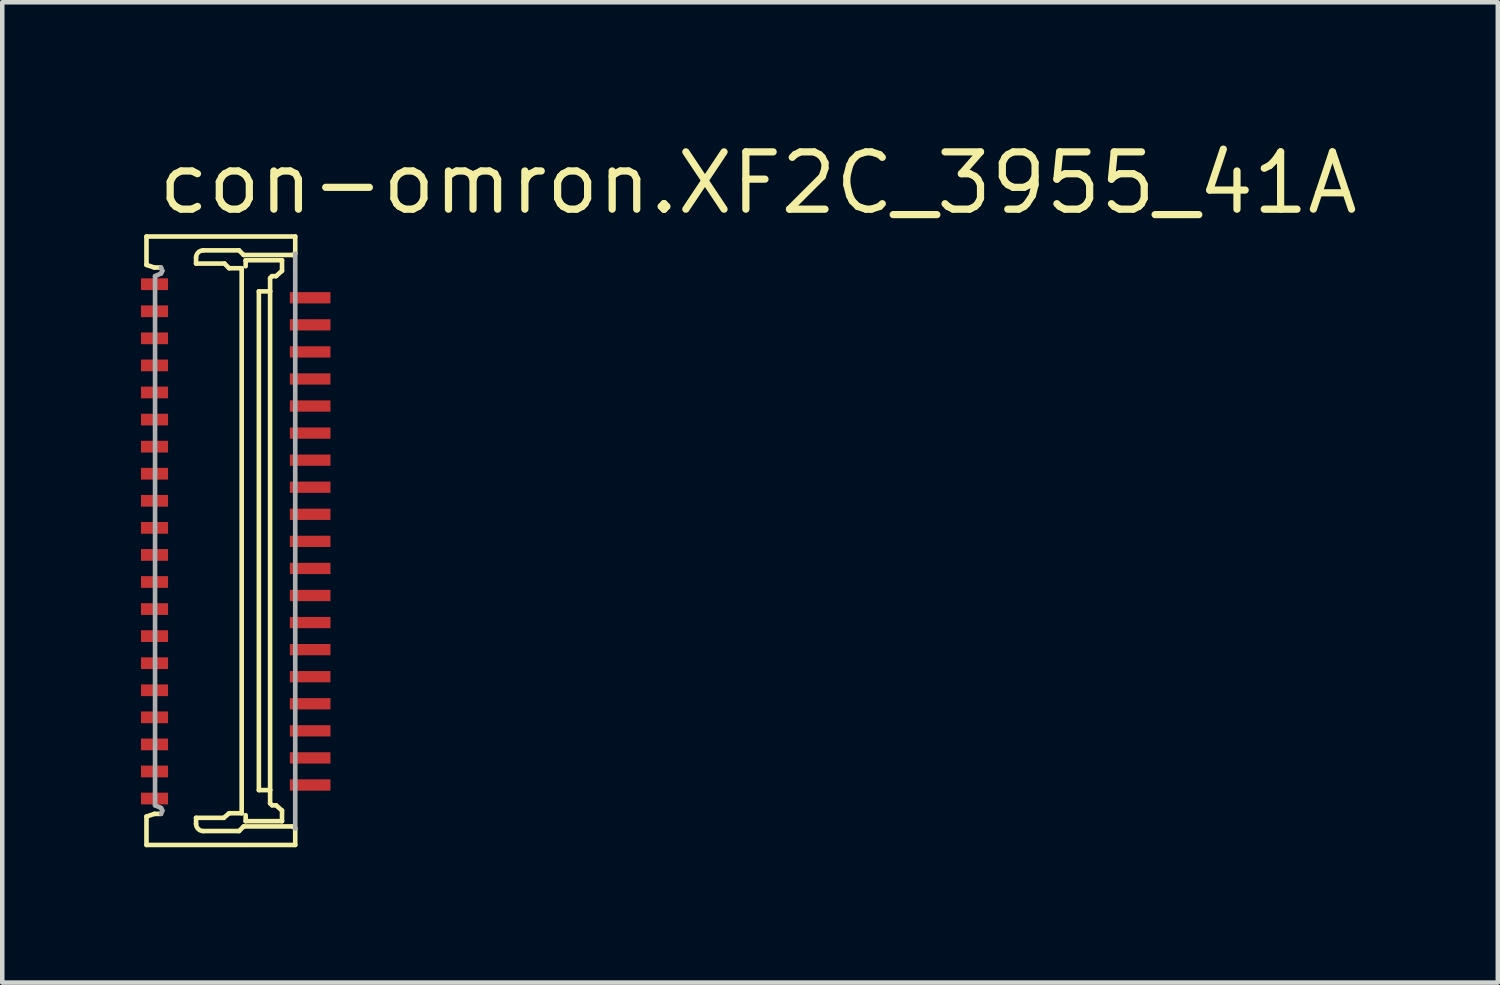
<source format=kicad_pcb>
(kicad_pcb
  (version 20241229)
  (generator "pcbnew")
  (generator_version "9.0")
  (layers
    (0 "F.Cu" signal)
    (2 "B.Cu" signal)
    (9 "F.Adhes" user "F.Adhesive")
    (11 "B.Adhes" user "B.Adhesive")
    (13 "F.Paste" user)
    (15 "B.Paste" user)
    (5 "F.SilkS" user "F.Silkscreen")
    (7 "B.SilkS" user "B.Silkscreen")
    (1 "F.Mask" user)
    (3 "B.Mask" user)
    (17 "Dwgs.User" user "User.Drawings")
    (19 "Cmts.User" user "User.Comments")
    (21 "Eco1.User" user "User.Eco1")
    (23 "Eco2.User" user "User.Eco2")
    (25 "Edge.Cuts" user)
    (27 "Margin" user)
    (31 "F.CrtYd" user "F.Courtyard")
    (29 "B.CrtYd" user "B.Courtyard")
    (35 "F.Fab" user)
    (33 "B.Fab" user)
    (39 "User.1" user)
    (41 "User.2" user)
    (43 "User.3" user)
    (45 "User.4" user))
  (footprint "con-omron.XF2C_3955_41A"
    (layer "F.Cu")
    (at 2.175 8.95)
    (property "Reference" "con-omron.XF2C_3955_41A" (at -1.8 -7.2 0) (layer "F.SilkS") (effects (font (size 1.27 1.27) (thickness 0.16)) (justify left bottom)))
    (attr smd)
    (fp_rect (start -2.15 -5.525) (end -1.45 -5.875) (stroke (width 0.05) (type default)) (fill yes) (layer "F.Mask"))
    (fp_rect (start -2.15 -4.925) (end -1.45 -5.275) (stroke (width 0.05) (type default)) (fill yes) (layer "F.Mask"))
    (fp_rect (start -2.15 -4.325) (end -1.45 -4.675) (stroke (width 0.05) (type default)) (fill yes) (layer "F.Mask"))
    (fp_rect (start -2.15 -3.725) (end -1.45 -4.075) (stroke (width 0.05) (type default)) (fill yes) (layer "F.Mask"))
    (fp_rect (start -2.15 -3.125) (end -1.45 -3.475) (stroke (width 0.05) (type default)) (fill yes) (layer "F.Mask"))
    (fp_rect (start -2.15 -2.525) (end -1.45 -2.875) (stroke (width 0.05) (type default)) (fill yes) (layer "F.Mask"))
    (fp_rect (start -2.15 -1.925) (end -1.45 -2.275) (stroke (width 0.05) (type default)) (fill yes) (layer "F.Mask"))
    (fp_rect (start -2.15 -1.325) (end -1.45 -1.675) (stroke (width 0.05) (type default)) (fill yes) (layer "F.Mask"))
    (fp_rect (start -2.15 -0.725) (end -1.45 -1.075) (stroke (width 0.05) (type default)) (fill yes) (layer "F.Mask"))
    (fp_rect (start -2.15 -0.125) (end -1.45 -0.475) (stroke (width 0.05) (type default)) (fill yes) (layer "F.Mask"))
    (fp_rect (start -2.15 0.475) (end -1.45 0.125) (stroke (width 0.05) (type default)) (fill yes) (layer "F.Mask"))
    (fp_rect (start -2.15 1.075) (end -1.45 0.725) (stroke (width 0.05) (type default)) (fill yes) (layer "F.Mask"))
    (fp_rect (start -2.15 1.675) (end -1.45 1.325) (stroke (width 0.05) (type default)) (fill yes) (layer "F.Mask"))
    (fp_rect (start -2.15 2.275) (end -1.45 1.925) (stroke (width 0.05) (type default)) (fill yes) (layer "F.Mask"))
    (fp_rect (start -2.15 2.875) (end -1.45 2.525) (stroke (width 0.05) (type default)) (fill yes) (layer "F.Mask"))
    (fp_rect (start -2.15 3.475) (end -1.45 3.125) (stroke (width 0.05) (type default)) (fill yes) (layer "F.Mask"))
    (fp_rect (start -2.15 4.075) (end -1.45 3.725) (stroke (width 0.05) (type default)) (fill yes) (layer "F.Mask"))
    (fp_rect (start -2.15 4.675) (end -1.45 4.325) (stroke (width 0.05) (type default)) (fill yes) (layer "F.Mask"))
    (fp_rect (start -2.15 5.275) (end -1.45 4.925) (stroke (width 0.05) (type default)) (fill yes) (layer "F.Mask"))
    (fp_rect (start -2.15 5.875) (end -1.45 5.525) (stroke (width 0.05) (type default)) (fill yes) (layer "F.Mask"))
    (fp_rect (start 1.15 -5.225) (end 2.15 -5.575) (stroke (width 0.05) (type default)) (fill yes) (layer "F.Mask"))
    (fp_rect (start 1.15 -4.625) (end 2.15 -4.975) (stroke (width 0.05) (type default)) (fill yes) (layer "F.Mask"))
    (fp_rect (start 1.15 -4.025) (end 2.15 -4.375) (stroke (width 0.05) (type default)) (fill yes) (layer "F.Mask"))
    (fp_rect (start 1.15 -3.425) (end 2.15 -3.775) (stroke (width 0.05) (type default)) (fill yes) (layer "F.Mask"))
    (fp_rect (start 1.15 -2.825) (end 2.15 -3.175) (stroke (width 0.05) (type default)) (fill yes) (layer "F.Mask"))
    (fp_rect (start 1.15 -2.225) (end 2.15 -2.575) (stroke (width 0.05) (type default)) (fill yes) (layer "F.Mask"))
    (fp_rect (start 1.15 -1.625) (end 2.15 -1.975) (stroke (width 0.05) (type default)) (fill yes) (layer "F.Mask"))
    (fp_rect (start 1.15 -1.025) (end 2.15 -1.375) (stroke (width 0.05) (type default)) (fill yes) (layer "F.Mask"))
    (fp_rect (start 1.15 -0.425) (end 2.15 -0.775) (stroke (width 0.05) (type default)) (fill yes) (layer "F.Mask"))
    (fp_rect (start 1.15 0.175) (end 2.15 -0.175) (stroke (width 0.05) (type default)) (fill yes) (layer "F.Mask"))
    (fp_rect (start 1.15 0.775) (end 2.15 0.425) (stroke (width 0.05) (type default)) (fill yes) (layer "F.Mask"))
    (fp_rect (start 1.15 1.375) (end 2.15 1.025) (stroke (width 0.05) (type default)) (fill yes) (layer "F.Mask"))
    (fp_rect (start 1.15 1.975) (end 2.15 1.625) (stroke (width 0.05) (type default)) (fill yes) (layer "F.Mask"))
    (fp_rect (start 1.15 2.575) (end 2.15 2.225) (stroke (width 0.05) (type default)) (fill yes) (layer "F.Mask"))
    (fp_rect (start 1.15 3.175) (end 2.15 2.825) (stroke (width 0.05) (type default)) (fill yes) (layer "F.Mask"))
    (fp_rect (start 1.15 3.775) (end 2.15 3.425) (stroke (width 0.05) (type default)) (fill yes) (layer "F.Mask"))
    (fp_rect (start 1.15 4.375) (end 2.15 4.025) (stroke (width 0.05) (type default)) (fill yes) (layer "F.Mask"))
    (fp_rect (start 1.15 4.975) (end 2.15 4.625) (stroke (width 0.05) (type default)) (fill yes) (layer "F.Mask"))
    (fp_rect (start 1.15 5.575) (end 2.15 5.225) (stroke (width 0.05) (type default)) (fill yes) (layer "F.Mask"))
    (fp_line (start -1.978 -6.758) (end 1.319 -6.758) (stroke (width 0.102) (type default)) (layer "F.SilkS"))
    (fp_line (start -1.978 -6.128) (end -1.978 -6.758) (stroke (width 0.102) (type default)) (layer "F.SilkS"))
    (fp_line (start -1.978 6.099) (end -1.803 6.04) (stroke (width 0.102) (type default)) (layer "F.SilkS"))
    (fp_line (start -1.978 6.729) (end -1.978 6.099) (stroke (width 0.102) (type default)) (layer "F.SilkS"))
    (fp_line (start -1.803 -6.07) (end -1.978 -6.128) (stroke (width 0.102) (type default)) (layer "F.SilkS"))
    (fp_line (start -1.803 6.04) (end -1.656 6.04) (stroke (width 0.102) (type default)) (layer "F.SilkS"))
    (fp_line (start -1.656 -6.07) (end -1.803 -6.07) (stroke (width 0.102) (type default)) (layer "F.SilkS"))
    (fp_line (start -0.879 -6.29) (end -0.879 -6.158) (stroke (width 0.102) (type default)) (layer "F.SilkS"))
    (fp_line (start -0.879 -6.158) (end -0.249 -6.158) (stroke (width 0.102) (type default)) (layer "F.SilkS"))
    (fp_line (start -0.879 6.128) (end -0.879 6.26) (stroke (width 0.102) (type default)) (layer "F.SilkS"))
    (fp_line (start -0.718 6.421) (end 0.073 6.421) (stroke (width 0.102) (type default)) (layer "F.SilkS"))
    (fp_line (start -0.264 6.128) (end -0.879 6.128) (stroke (width 0.102) (type default)) (layer "F.SilkS"))
    (fp_line (start -0.249 -6.158) (end -0.146 -6.055) (stroke (width 0.102) (type default)) (layer "F.SilkS"))
    (fp_line (start -0.147 6.026) (end -0.264 6.128) (stroke (width 0.102) (type default)) (layer "F.SilkS"))
    (fp_line (start -0.146 -6.055) (end 0.132 -6.055) (stroke (width 0.102) (type default)) (layer "F.SilkS"))
    (fp_line (start 0.073 6.421) (end 0.176 6.319) (stroke (width 0.102) (type default)) (layer "F.SilkS"))
    (fp_line (start 0.073 -6.451) (end -0.718 -6.451) (stroke (width 0.102) (type default)) (layer "F.SilkS"))
    (fp_line (start 0.132 -6.055) (end 0.132 6.026) (stroke (width 0.102) (type default)) (layer "F.SilkS"))
    (fp_line (start 0.132 6.026) (end -0.147 6.026) (stroke (width 0.102) (type default)) (layer "F.SilkS"))
    (fp_line (start 0.176 -6.348) (end 0.073 -6.451) (stroke (width 0.102) (type default)) (layer "F.SilkS"))
    (fp_line (start 0.176 6.319) (end 1.26 6.319) (stroke (width 0.102) (type default)) (layer "F.SilkS"))
    (fp_line (start 0.22 -6.231) (end 0.22 -6.099) (stroke (width 0.102) (type default)) (layer "F.SilkS"))
    (fp_line (start 0.22 6.202) (end 0.22 6.07) (stroke (width 0.102) (type default)) (layer "F.SilkS"))
    (fp_line (start 0.513 -5.542) (end 0.762 -5.542) (stroke (width 0.102) (type default)) (layer "F.SilkS"))
    (fp_line (start 0.513 5.513) (end 0.513 -5.542) (stroke (width 0.102) (type default)) (layer "F.SilkS"))
    (fp_line (start 0.762 -5.835) (end 0.806 -5.879) (stroke (width 0.102) (type default)) (layer "F.SilkS"))
    (fp_line (start 0.762 -5.542) (end 0.762 -5.835) (stroke (width 0.102) (type default)) (layer "F.SilkS"))
    (fp_line (start 0.762 -5.542) (end 0.762 5.513) (stroke (width 0.102) (type default)) (layer "F.SilkS"))
    (fp_line (start 0.762 5.513) (end 0.513 5.513) (stroke (width 0.102) (type default)) (layer "F.SilkS"))
    (fp_line (start 0.762 5.806) (end 0.762 5.513) (stroke (width 0.102) (type default)) (layer "F.SilkS"))
    (fp_line (start 0.806 -5.879) (end 0.894 -5.879) (stroke (width 0.102) (type default)) (layer "F.SilkS"))
    (fp_line (start 0.806 5.85) (end 0.762 5.806) (stroke (width 0.102) (type default)) (layer "F.SilkS"))
    (fp_line (start 0.894 -5.879) (end 1.026 -5.997) (stroke (width 0.102) (type default)) (layer "F.SilkS"))
    (fp_line (start 0.894 5.85) (end 0.806 5.85) (stroke (width 0.102) (type default)) (layer "F.SilkS"))
    (fp_line (start 1.026 -6.231) (end 0.22 -6.231) (stroke (width 0.102) (type default)) (layer "F.SilkS"))
    (fp_line (start 1.026 -5.997) (end 1.026 -6.231) (stroke (width 0.102) (type default)) (layer "F.SilkS"))
    (fp_line (start 1.026 5.967) (end 0.894 5.85) (stroke (width 0.102) (type default)) (layer "F.SilkS"))
    (fp_line (start 1.026 6.202) (end 0.22 6.202) (stroke (width 0.102) (type default)) (layer "F.SilkS"))
    (fp_line (start 1.026 6.202) (end 1.026 5.967) (stroke (width 0.102) (type default)) (layer "F.SilkS"))
    (fp_line (start 1.26 -6.348) (end 0.176 -6.348) (stroke (width 0.102) (type default)) (layer "F.SilkS"))
    (fp_line (start 1.26 6.319) (end 1.319 6.363) (stroke (width 0.102) (type default)) (layer "F.SilkS"))
    (fp_line (start 1.319 -6.758) (end 1.319 -6.378) (stroke (width 0.102) (type default)) (layer "F.SilkS"))
    (fp_line (start 1.319 -6.378) (end 1.26 -6.348) (stroke (width 0.102) (type default)) (layer "F.SilkS"))
    (fp_line (start 1.319 6.363) (end 1.319 6.729) (stroke (width 0.102) (type default)) (layer "F.SilkS"))
    (fp_line (start 1.319 6.729) (end -1.978 6.729) (stroke (width 0.102) (type default)) (layer "F.SilkS"))
    (fp_arc (start -0.8793 -6.2896) (mid -0.832086 -6.403586) (end -0.7181 -6.4508) (stroke (width 0.1016) (type default)) (layer "F.SilkS"))
    (fp_arc (start -0.7181 6.4215) (mid -0.832086 6.374286) (end -0.8793 6.2603) (stroke (width 0.1016) (type default)) (layer "F.SilkS"))
    (fp_line (start -1.788 -5.879) (end -1.656 -5.938) (stroke (width 0.102) (type default)) (layer "F.Fab"))
    (fp_line (start -1.788 5.85) (end -1.788 -5.879) (stroke (width 0.102) (type default)) (layer "F.Fab"))
    (fp_line (start -1.656 5.909) (end -1.788 5.85) (stroke (width 0.102) (type default)) (layer "F.Fab"))
    (fp_line (start -1.656 6.04) (end -1.627 5.967) (stroke (width 0.102) (type default)) (layer "F.Fab"))
    (fp_line (start -1.656 -5.938) (end -1.627 -5.997) (stroke (width 0.102) (type default)) (layer "F.Fab"))
    (fp_line (start -1.627 -5.997) (end -1.656 -6.07) (stroke (width 0.102) (type default)) (layer "F.Fab"))
    (fp_line (start -1.627 5.967) (end -1.656 5.909) (stroke (width 0.102) (type default)) (layer "F.Fab"))
    (fp_line (start 1.319 -6.378) (end 1.319 6.363) (stroke (width 0.102) (type default)) (layer "F.Fab"))
    (pad "1" smd roundrect (at -1.8 -5.7 270) (size 0.26 0.6) (layers "F.Cu" "F.Mask" "F.Paste") (roundrect_rratio 0.01))
    (pad "2" smd roundrect (at 1.65 -5.4 270) (size 0.25 0.9) (layers "F.Cu" "F.Mask" "F.Paste") (roundrect_rratio 0.01))
    (pad "3" smd roundrect (at -1.8 -5.1 270) (size 0.26 0.6) (layers "F.Cu" "F.Mask" "F.Paste") (roundrect_rratio 0.01))
    (pad "4" smd roundrect (at 1.65 -4.8 270) (size 0.25 0.9) (layers "F.Cu" "F.Mask" "F.Paste") (roundrect_rratio 0.01))
    (pad "5" smd roundrect (at -1.8 -4.5 270) (size 0.26 0.6) (layers "F.Cu" "F.Mask" "F.Paste") (roundrect_rratio 0.01))
    (pad "6" smd roundrect (at 1.65 -4.2 270) (size 0.25 0.9) (layers "F.Cu" "F.Mask" "F.Paste") (roundrect_rratio 0.01))
    (pad "7" smd roundrect (at -1.8 -3.9 270) (size 0.26 0.6) (layers "F.Cu" "F.Mask" "F.Paste") (roundrect_rratio 0.01))
    (pad "8" smd roundrect (at 1.65 -3.6 270) (size 0.25 0.9) (layers "F.Cu" "F.Mask" "F.Paste") (roundrect_rratio 0.01))
    (pad "9" smd roundrect (at -1.8 -3.3 270) (size 0.26 0.6) (layers "F.Cu" "F.Mask" "F.Paste") (roundrect_rratio 0.01))
    (pad "10" smd roundrect (at 1.65 -3 270) (size 0.25 0.9) (layers "F.Cu" "F.Mask" "F.Paste") (roundrect_rratio 0.01))
    (pad "11" smd roundrect (at -1.8 -2.7 270) (size 0.26 0.6) (layers "F.Cu" "F.Mask" "F.Paste") (roundrect_rratio 0.01))
    (pad "12" smd roundrect (at 1.65 -2.4 270) (size 0.25 0.9) (layers "F.Cu" "F.Mask" "F.Paste") (roundrect_rratio 0.01))
    (pad "13" smd roundrect (at -1.8 -2.1 270) (size 0.26 0.6) (layers "F.Cu" "F.Mask" "F.Paste") (roundrect_rratio 0.01))
    (pad "14" smd roundrect (at 1.65 -1.8 270) (size 0.25 0.9) (layers "F.Cu" "F.Mask" "F.Paste") (roundrect_rratio 0.01))
    (pad "15" smd roundrect (at -1.8 -1.5 270) (size 0.26 0.6) (layers "F.Cu" "F.Mask" "F.Paste") (roundrect_rratio 0.01))
    (pad "16" smd roundrect (at 1.65 -1.2 270) (size 0.25 0.9) (layers "F.Cu" "F.Mask" "F.Paste") (roundrect_rratio 0.01))
    (pad "17" smd roundrect (at -1.8 -0.9 270) (size 0.26 0.6) (layers "F.Cu" "F.Mask" "F.Paste") (roundrect_rratio 0.01))
    (pad "18" smd roundrect (at 1.65 -0.6 270) (size 0.25 0.9) (layers "F.Cu" "F.Mask" "F.Paste") (roundrect_rratio 0.01))
    (pad "19" smd roundrect (at -1.8 -0.3 270) (size 0.26 0.6) (layers "F.Cu" "F.Mask" "F.Paste") (roundrect_rratio 0.01))
    (pad "20" smd roundrect (at 1.65 0 270) (size 0.25 0.9) (layers "F.Cu" "F.Mask" "F.Paste") (roundrect_rratio 0.01))
    (pad "21" smd roundrect (at -1.8 0.3 270) (size 0.26 0.6) (layers "F.Cu" "F.Mask" "F.Paste") (roundrect_rratio 0.01))
    (pad "22" smd roundrect (at 1.65 0.6 270) (size 0.25 0.9) (layers "F.Cu" "F.Mask" "F.Paste") (roundrect_rratio 0.01))
    (pad "23" smd roundrect (at -1.8 0.9 270) (size 0.26 0.6) (layers "F.Cu" "F.Mask" "F.Paste") (roundrect_rratio 0.01))
    (pad "24" smd roundrect (at 1.65 1.2 270) (size 0.25 0.9) (layers "F.Cu" "F.Mask" "F.Paste") (roundrect_rratio 0.01))
    (pad "25" smd roundrect (at -1.8 1.5 270) (size 0.26 0.6) (layers "F.Cu" "F.Mask" "F.Paste") (roundrect_rratio 0.01))
    (pad "26" smd roundrect (at 1.65 1.8 270) (size 0.25 0.9) (layers "F.Cu" "F.Mask" "F.Paste") (roundrect_rratio 0.01))
    (pad "27" smd roundrect (at -1.8 2.1 270) (size 0.26 0.6) (layers "F.Cu" "F.Mask" "F.Paste") (roundrect_rratio 0.01))
    (pad "28" smd roundrect (at 1.65 2.4 270) (size 0.25 0.9) (layers "F.Cu" "F.Mask" "F.Paste") (roundrect_rratio 0.01))
    (pad "29" smd roundrect (at -1.8 2.7 270) (size 0.26 0.6) (layers "F.Cu" "F.Mask" "F.Paste") (roundrect_rratio 0.01))
    (pad "30" smd roundrect (at 1.65 3 270) (size 0.25 0.9) (layers "F.Cu" "F.Mask" "F.Paste") (roundrect_rratio 0.01))
    (pad "31" smd roundrect (at -1.8 3.3 270) (size 0.26 0.6) (layers "F.Cu" "F.Mask" "F.Paste") (roundrect_rratio 0.01))
    (pad "32" smd roundrect (at 1.65 3.6 270) (size 0.25 0.9) (layers "F.Cu" "F.Mask" "F.Paste") (roundrect_rratio 0.01))
    (pad "33" smd roundrect (at -1.8 3.9 270) (size 0.26 0.6) (layers "F.Cu" "F.Mask" "F.Paste") (roundrect_rratio 0.01))
    (pad "34" smd roundrect (at 1.65 4.2 270) (size 0.25 0.9) (layers "F.Cu" "F.Mask" "F.Paste") (roundrect_rratio 0.01))
    (pad "35" smd roundrect (at -1.8 4.5 270) (size 0.26 0.6) (layers "F.Cu" "F.Mask" "F.Paste") (roundrect_rratio 0.01))
    (pad "36" smd roundrect (at 1.65 4.8 270) (size 0.25 0.9) (layers "F.Cu" "F.Mask" "F.Paste") (roundrect_rratio 0.01))
    (pad "37" smd roundrect (at -1.8 5.1 270) (size 0.26 0.6) (layers "F.Cu" "F.Mask" "F.Paste") (roundrect_rratio 0.01))
    (pad "38" smd roundrect (at 1.65 5.4 270) (size 0.25 0.9) (layers "F.Cu" "F.Mask" "F.Paste") (roundrect_rratio 0.01))
    (pad "39" smd roundrect (at -1.8 5.7 270) (size 0.26 0.6) (layers "F.Cu" "F.Mask" "F.Paste") (roundrect_rratio 0.01)))
  (gr_rect
    (start -3 -3)
    (end 30.15 18.73)
    (stroke (width 0.1) (type default))
    (fill no)
    (layer "Edge.Cuts")))
</source>
